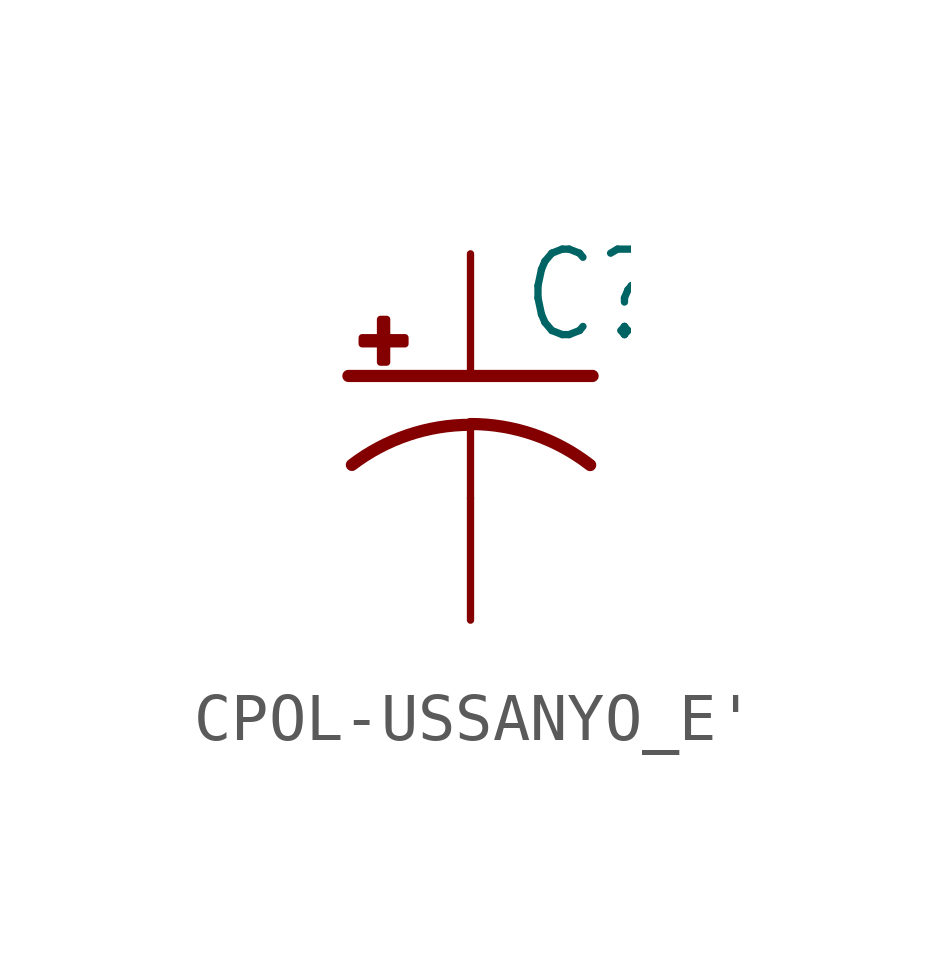
<source format=kicad_sym>
(kicad_symbol_lib
  (version 20231120)
  (generator "kicad_symbol_editor")
  (generator_version "8.0")
  (symbol "CPOL-USSANYO_E'"
    (property "Reference" "C"
      (at 1.016 0.635 0)
      (effects (font (size 1.778 1.511)) (justify left bottom)))
    (property "Value" ""
      (at 1.016 -4.191 0)
      (effects (font (size 1.778 1.511)) (justify left bottom)))
    (property "ki_locked" ""
      (at 0 0 0)
      (effects (font (size 1.27 1.27))))
    (symbol "CPOL-USSANYO_E'_1_0"
      (rectangle (start -2.253 0.668) (end -1.364 0.795) (stroke (width 0) (type default)) (fill (type outline)))
      (rectangle (start -1.872 0.287) (end -1.745 1.176) (stroke (width 0) (type default)) (fill (type outline)))
      (arc (start 0 -1.0161) (mid -1.3021 -1.2303) (end -2.4669 -1.8504) (stroke (width 0.254) (type solid)) (fill (type none)))
      (polyline (pts (xy -2.54 0) (xy 2.54 0)) (stroke (width 0.254) (type solid)) (fill (type none)))
      (polyline (pts (xy 0 -1.016) (xy 0 -2.54)) (stroke (width 0.152) (type solid)) (fill (type none)))
      (arc (start 2.4892 -1.8541) (mid 1.3158 -1.2194) (end 0 -1) (stroke (width 0.254) (type solid)) (fill (type none)))
      (pin passive line (at 0 2.54 270) (length 2.54) (name "+" (effects (font (size 0 0)))) (number "+" (effects (font (size 0 0)))))
      (pin passive line (at 0 -5.08 90) (length 2.54) (name "-" (effects (font (size 0 0)))) (number "-" (effects (font (size 0 0))))))))
</source>
